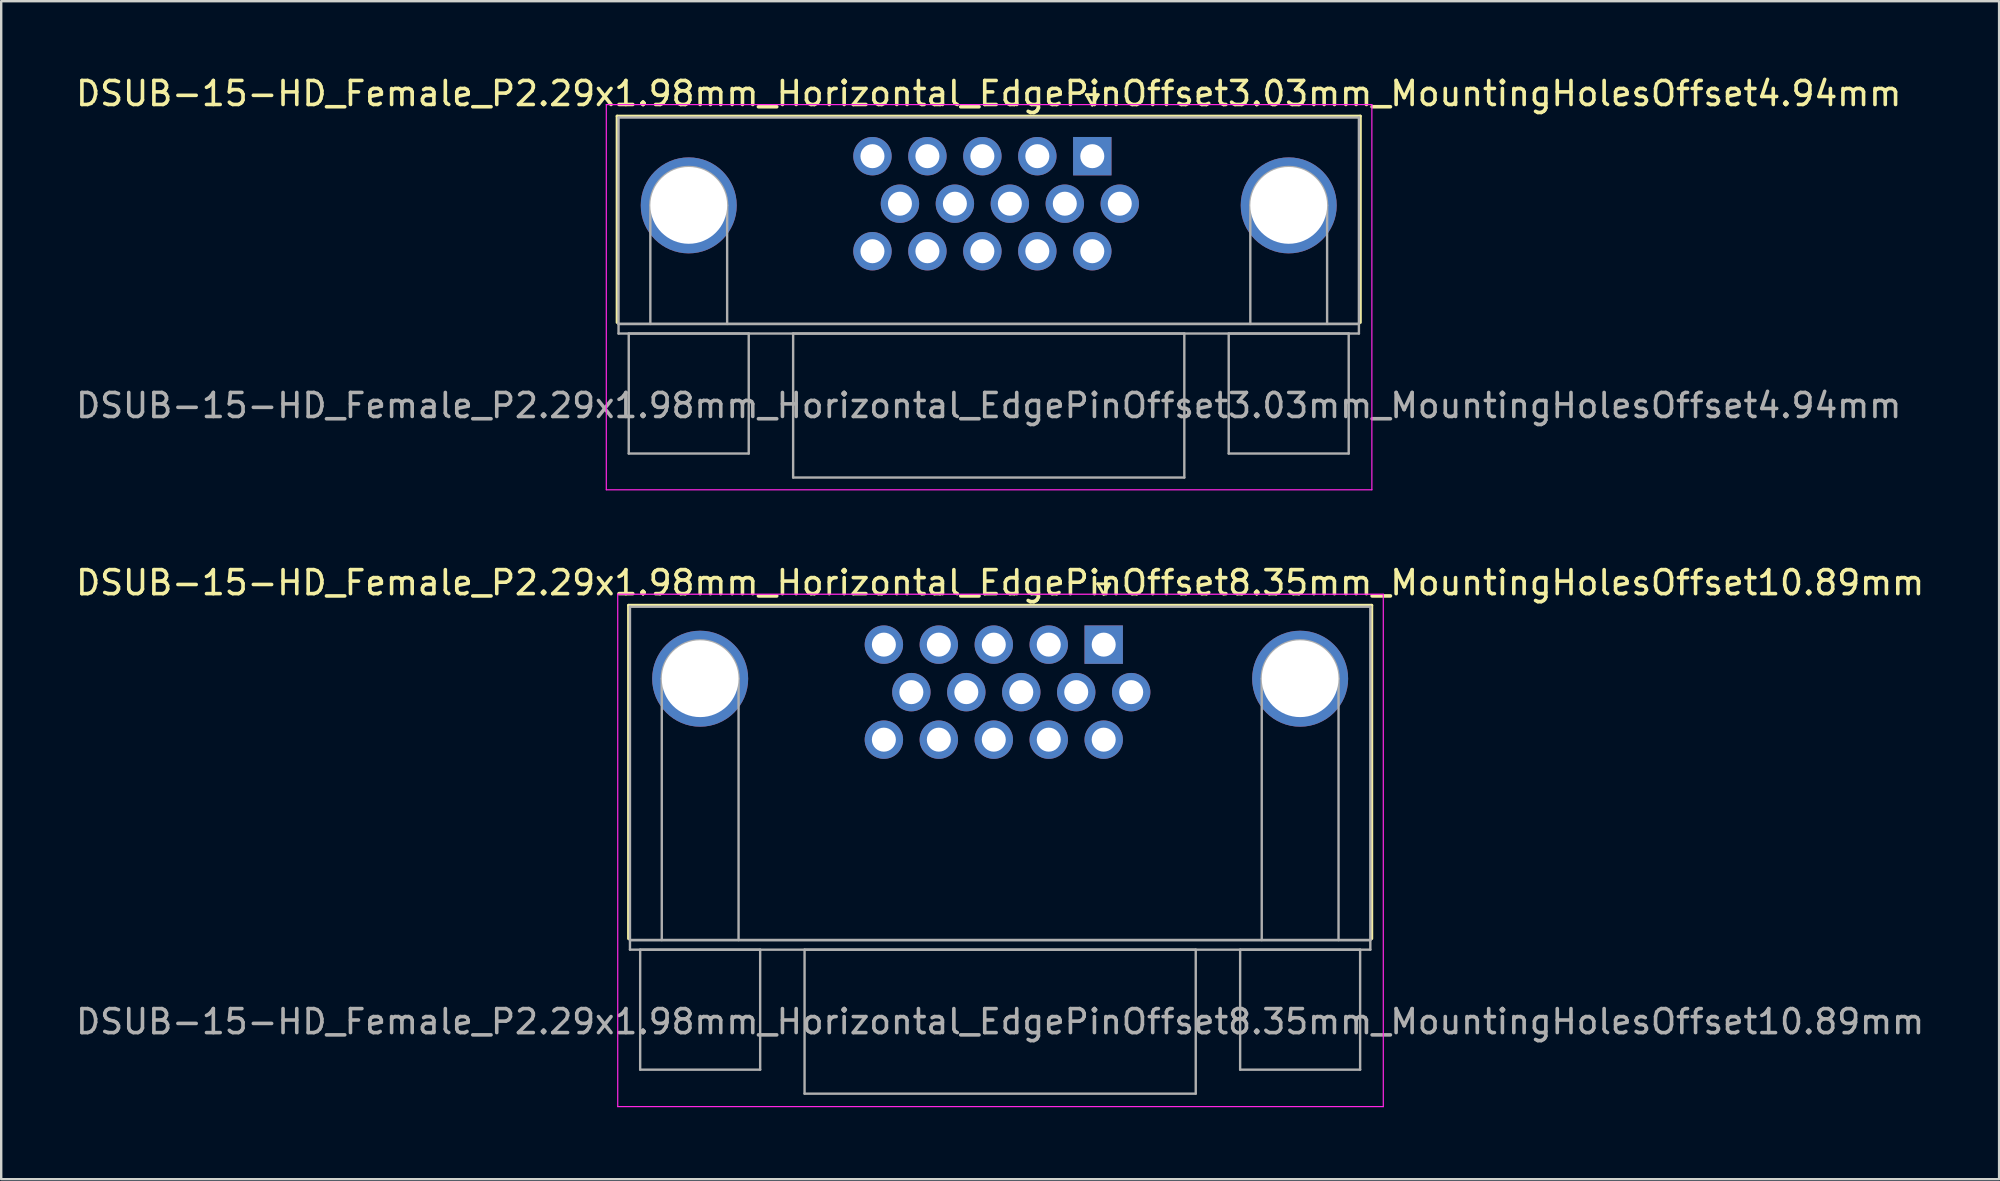
<source format=kicad_pcb>
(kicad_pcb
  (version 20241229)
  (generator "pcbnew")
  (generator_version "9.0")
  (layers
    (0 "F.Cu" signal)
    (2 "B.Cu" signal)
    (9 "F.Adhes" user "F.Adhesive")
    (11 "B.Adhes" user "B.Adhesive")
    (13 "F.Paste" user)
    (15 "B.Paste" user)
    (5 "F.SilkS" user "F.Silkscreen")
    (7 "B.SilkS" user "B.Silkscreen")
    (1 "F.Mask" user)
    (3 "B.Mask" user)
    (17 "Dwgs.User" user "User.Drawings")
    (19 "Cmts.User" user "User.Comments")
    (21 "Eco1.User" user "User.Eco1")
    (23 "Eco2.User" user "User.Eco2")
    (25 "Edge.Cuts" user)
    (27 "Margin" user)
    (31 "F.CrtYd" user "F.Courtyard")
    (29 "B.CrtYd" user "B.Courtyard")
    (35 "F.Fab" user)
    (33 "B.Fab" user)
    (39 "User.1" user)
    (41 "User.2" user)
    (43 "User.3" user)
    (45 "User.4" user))
  (footprint "DSUB-15-HD_Female_P2.29x1.98mm_Horizontal_EdgePinOffset8.35mm_MountingHolesOffset10.89mm"
    (layer "F.Cu")
    (at 42.94 23.811)
    (property "Reference" "DSUB-15-HD_Female_P2.29x1.98mm_Horizontal_EdgePinOffset8.35mm_MountingHolesOffset10.89mm" (at -4.315 -2.58 0) (layer "F.SilkS") (effects (font (size 1 1) (thickness 0.15))))
    (attr through_hole)
    (fp_line (start -19.8 -1.64) (end 11.17 -1.64) (stroke (width 0.12) (type solid)) (layer "F.SilkS"))
    (fp_line (start -19.8 12.25) (end -19.8 -1.64) (stroke (width 0.12) (type solid)) (layer "F.SilkS"))
    (fp_line (start -0.25 -2.534) (end 0.25 -2.534) (stroke (width 0.12) (type solid)) (layer "F.SilkS"))
    (fp_line (start 0 -2.101) (end -0.25 -2.534) (stroke (width 0.12) (type solid)) (layer "F.SilkS"))
    (fp_line (start 0.25 -2.534) (end 0 -2.101) (stroke (width 0.12) (type solid)) (layer "F.SilkS"))
    (fp_line (start 11.17 -1.64) (end 11.17 12.25) (stroke (width 0.12) (type solid)) (layer "F.SilkS"))
    (fp_line (start -20.25 -2.1) (end -20.25 19.25) (stroke (width 0.05) (type solid)) (layer "F.CrtYd"))
    (fp_line (start -20.25 19.25) (end 11.65 19.25) (stroke (width 0.05) (type solid)) (layer "F.CrtYd"))
    (fp_line (start 11.65 -2.1) (end -20.25 -2.1) (stroke (width 0.05) (type solid)) (layer "F.CrtYd"))
    (fp_line (start 11.65 19.25) (end 11.65 -2.1) (stroke (width 0.05) (type solid)) (layer "F.CrtYd"))
    (fp_line (start -19.74 -1.58) (end -19.74 12.31) (stroke (width 0.1) (type solid)) (layer "F.Fab"))
    (fp_line (start -19.74 12.31) (end -19.74 12.71) (stroke (width 0.1) (type solid)) (layer "F.Fab"))
    (fp_line (start -19.74 12.31) (end 11.11 12.31) (stroke (width 0.1) (type solid)) (layer "F.Fab"))
    (fp_line (start -19.74 12.71) (end 11.11 12.71) (stroke (width 0.1) (type solid)) (layer "F.Fab"))
    (fp_line (start -19.315 12.71) (end -19.315 17.71) (stroke (width 0.1) (type solid)) (layer "F.Fab"))
    (fp_line (start -19.315 17.71) (end -14.315 17.71) (stroke (width 0.1) (type solid)) (layer "F.Fab"))
    (fp_line (start -18.415 12.31) (end -18.415 1.42) (stroke (width 0.1) (type solid)) (layer "F.Fab"))
    (fp_line (start -15.215 12.31) (end -15.215 1.42) (stroke (width 0.1) (type solid)) (layer "F.Fab"))
    (fp_line (start -14.315 12.71) (end -19.315 12.71) (stroke (width 0.1) (type solid)) (layer "F.Fab"))
    (fp_line (start -14.315 17.71) (end -14.315 12.71) (stroke (width 0.1) (type solid)) (layer "F.Fab"))
    (fp_line (start -12.465 12.71) (end -12.465 18.71) (stroke (width 0.1) (type solid)) (layer "F.Fab"))
    (fp_line (start -12.465 18.71) (end 3.835 18.71) (stroke (width 0.1) (type solid)) (layer "F.Fab"))
    (fp_line (start 3.835 12.71) (end -12.465 12.71) (stroke (width 0.1) (type solid)) (layer "F.Fab"))
    (fp_line (start 3.835 18.71) (end 3.835 12.71) (stroke (width 0.1) (type solid)) (layer "F.Fab"))
    (fp_line (start 5.685 12.71) (end 5.685 17.71) (stroke (width 0.1) (type solid)) (layer "F.Fab"))
    (fp_line (start 5.685 17.71) (end 10.685 17.71) (stroke (width 0.1) (type solid)) (layer "F.Fab"))
    (fp_line (start 6.585 12.31) (end 6.585 1.42) (stroke (width 0.1) (type solid)) (layer "F.Fab"))
    (fp_line (start 9.785 12.31) (end 9.785 1.42) (stroke (width 0.1) (type solid)) (layer "F.Fab"))
    (fp_line (start 10.685 12.71) (end 5.685 12.71) (stroke (width 0.1) (type solid)) (layer "F.Fab"))
    (fp_line (start 10.685 17.71) (end 10.685 12.71) (stroke (width 0.1) (type solid)) (layer "F.Fab"))
    (fp_line (start 11.11 -1.58) (end -19.74 -1.58) (stroke (width 0.1) (type solid)) (layer "F.Fab"))
    (fp_line (start 11.11 12.31) (end -19.74 12.31) (stroke (width 0.1) (type solid)) (layer "F.Fab"))
    (fp_line (start 11.11 12.31) (end 11.11 -1.58) (stroke (width 0.1) (type solid)) (layer "F.Fab"))
    (fp_line (start 11.11 12.71) (end 11.11 12.31) (stroke (width 0.1) (type solid)) (layer "F.Fab"))
    (fp_arc (start -18.415 1.42) (mid -16.815 -0.18) (end -15.215 1.42) (stroke (width 0.1) (type solid)) (layer "F.Fab"))
    (fp_arc (start 6.585 1.42) (mid 8.185 -0.18) (end 9.785 1.42) (stroke (width 0.1) (type solid)) (layer "F.Fab"))
    (fp_text user "${REFERENCE}" (at -4.315 15.71 0) (layer "F.Fab") (effects (font (size 1 1) (thickness 0.15))))
    (pad "0" thru_hole circle (at -16.815 1.42) (size 4 4) (drill 3.2) (layers "*.Cu" "*.Mask"))
    (pad "0" thru_hole circle (at 8.185 1.42) (size 4 4) (drill 3.2) (layers "*.Cu" "*.Mask"))
    (pad "1" thru_hole rect (at 0 0) (size 1.6 1.6) (drill 1) (layers "*.Cu" "*.Mask"))
    (pad "2" thru_hole circle (at -2.29 0) (size 1.6 1.6) (drill 1) (layers "*.Cu" "*.Mask"))
    (pad "3" thru_hole circle (at -4.58 0) (size 1.6 1.6) (drill 1) (layers "*.Cu" "*.Mask"))
    (pad "4" thru_hole circle (at -6.87 0) (size 1.6 1.6) (drill 1) (layers "*.Cu" "*.Mask"))
    (pad "5" thru_hole circle (at -9.16 0) (size 1.6 1.6) (drill 1) (layers "*.Cu" "*.Mask"))
    (pad "6" thru_hole circle (at 1.145 1.98) (size 1.6 1.6) (drill 1) (layers "*.Cu" "*.Mask"))
    (pad "7" thru_hole circle (at -1.145 1.98) (size 1.6 1.6) (drill 1) (layers "*.Cu" "*.Mask"))
    (pad "8" thru_hole circle (at -3.435 1.98) (size 1.6 1.6) (drill 1) (layers "*.Cu" "*.Mask"))
    (pad "9" thru_hole circle (at -5.725 1.98) (size 1.6 1.6) (drill 1) (layers "*.Cu" "*.Mask"))
    (pad "10" thru_hole circle (at -8.015 1.98) (size 1.6 1.6) (drill 1) (layers "*.Cu" "*.Mask"))
    (pad "11" thru_hole circle (at 0 3.96) (size 1.6 1.6) (drill 1) (layers "*.Cu" "*.Mask"))
    (pad "12" thru_hole circle (at -2.29 3.96) (size 1.6 1.6) (drill 1) (layers "*.Cu" "*.Mask"))
    (pad "13" thru_hole circle (at -4.58 3.96) (size 1.6 1.6) (drill 1) (layers "*.Cu" "*.Mask"))
    (pad "14" thru_hole circle (at -6.87 3.96) (size 1.6 1.6) (drill 1) (layers "*.Cu" "*.Mask"))
    (pad "15" thru_hole circle (at -9.16 3.96) (size 1.6 1.6) (drill 1) (layers "*.Cu" "*.Mask")))
  (footprint "DSUB-15-HD_Female_P2.29x1.98mm_Horizontal_EdgePinOffset3.03mm_MountingHolesOffset4.94mm"
    (layer "F.Cu")
    (at 42.464 3.458)
    (property "Reference" "DSUB-15-HD_Female_P2.29x1.98mm_Horizontal_EdgePinOffset3.03mm_MountingHolesOffset4.94mm" (at -4.315 -2.61 0) (layer "F.SilkS") (effects (font (size 1 1) (thickness 0.15))))
    (attr through_hole)
    (fp_line (start -19.8 -1.67) (end 11.17 -1.67) (stroke (width 0.12) (type solid)) (layer "F.SilkS"))
    (fp_line (start -19.8 6.93) (end -19.8 -1.67) (stroke (width 0.12) (type solid)) (layer "F.SilkS"))
    (fp_line (start -0.25 -2.564) (end 0.25 -2.564) (stroke (width 0.12) (type solid)) (layer "F.SilkS"))
    (fp_line (start 0 -2.131) (end -0.25 -2.564) (stroke (width 0.12) (type solid)) (layer "F.SilkS"))
    (fp_line (start 0.25 -2.564) (end 0 -2.131) (stroke (width 0.12) (type solid)) (layer "F.SilkS"))
    (fp_line (start 11.17 -1.67) (end 11.17 6.93) (stroke (width 0.12) (type solid)) (layer "F.SilkS"))
    (fp_line (start -20.25 -2.15) (end -20.25 13.9) (stroke (width 0.05) (type solid)) (layer "F.CrtYd"))
    (fp_line (start -20.25 13.9) (end 11.65 13.9) (stroke (width 0.05) (type solid)) (layer "F.CrtYd"))
    (fp_line (start 11.65 -2.15) (end -20.25 -2.15) (stroke (width 0.05) (type solid)) (layer "F.CrtYd"))
    (fp_line (start 11.65 13.9) (end 11.65 -2.15) (stroke (width 0.05) (type solid)) (layer "F.CrtYd"))
    (fp_line (start -19.74 -1.61) (end -19.74 6.99) (stroke (width 0.1) (type solid)) (layer "F.Fab"))
    (fp_line (start -19.74 6.99) (end -19.74 7.39) (stroke (width 0.1) (type solid)) (layer "F.Fab"))
    (fp_line (start -19.74 6.99) (end 11.11 6.99) (stroke (width 0.1) (type solid)) (layer "F.Fab"))
    (fp_line (start -19.74 7.39) (end 11.11 7.39) (stroke (width 0.1) (type solid)) (layer "F.Fab"))
    (fp_line (start -19.315 7.39) (end -19.315 12.39) (stroke (width 0.1) (type solid)) (layer "F.Fab"))
    (fp_line (start -19.315 12.39) (end -14.315 12.39) (stroke (width 0.1) (type solid)) (layer "F.Fab"))
    (fp_line (start -18.415 6.99) (end -18.415 2.05) (stroke (width 0.1) (type solid)) (layer "F.Fab"))
    (fp_line (start -15.215 6.99) (end -15.215 2.05) (stroke (width 0.1) (type solid)) (layer "F.Fab"))
    (fp_line (start -14.315 7.39) (end -19.315 7.39) (stroke (width 0.1) (type solid)) (layer "F.Fab"))
    (fp_line (start -14.315 12.39) (end -14.315 7.39) (stroke (width 0.1) (type solid)) (layer "F.Fab"))
    (fp_line (start -12.465 7.39) (end -12.465 13.39) (stroke (width 0.1) (type solid)) (layer "F.Fab"))
    (fp_line (start -12.465 13.39) (end 3.835 13.39) (stroke (width 0.1) (type solid)) (layer "F.Fab"))
    (fp_line (start 3.835 7.39) (end -12.465 7.39) (stroke (width 0.1) (type solid)) (layer "F.Fab"))
    (fp_line (start 3.835 13.39) (end 3.835 7.39) (stroke (width 0.1) (type solid)) (layer "F.Fab"))
    (fp_line (start 5.685 7.39) (end 5.685 12.39) (stroke (width 0.1) (type solid)) (layer "F.Fab"))
    (fp_line (start 5.685 12.39) (end 10.685 12.39) (stroke (width 0.1) (type solid)) (layer "F.Fab"))
    (fp_line (start 6.585 6.99) (end 6.585 2.05) (stroke (width 0.1) (type solid)) (layer "F.Fab"))
    (fp_line (start 9.785 6.99) (end 9.785 2.05) (stroke (width 0.1) (type solid)) (layer "F.Fab"))
    (fp_line (start 10.685 7.39) (end 5.685 7.39) (stroke (width 0.1) (type solid)) (layer "F.Fab"))
    (fp_line (start 10.685 12.39) (end 10.685 7.39) (stroke (width 0.1) (type solid)) (layer "F.Fab"))
    (fp_line (start 11.11 -1.61) (end -19.74 -1.61) (stroke (width 0.1) (type solid)) (layer "F.Fab"))
    (fp_line (start 11.11 6.99) (end -19.74 6.99) (stroke (width 0.1) (type solid)) (layer "F.Fab"))
    (fp_line (start 11.11 6.99) (end 11.11 -1.61) (stroke (width 0.1) (type solid)) (layer "F.Fab"))
    (fp_line (start 11.11 7.39) (end 11.11 6.99) (stroke (width 0.1) (type solid)) (layer "F.Fab"))
    (fp_arc (start -18.415 2.05) (mid -16.815 0.45) (end -15.215 2.05) (stroke (width 0.1) (type solid)) (layer "F.Fab"))
    (fp_arc (start 6.585 2.05) (mid 8.185 0.45) (end 9.785 2.05) (stroke (width 0.1) (type solid)) (layer "F.Fab"))
    (fp_text user "${REFERENCE}" (at -4.315 10.39 0) (layer "F.Fab") (effects (font (size 1 1) (thickness 0.15))))
    (pad "0" thru_hole circle (at -16.815 2.05) (size 4 4) (drill 3.2) (layers "*.Cu" "*.Mask"))
    (pad "0" thru_hole circle (at 8.185 2.05) (size 4 4) (drill 3.2) (layers "*.Cu" "*.Mask"))
    (pad "1" thru_hole rect (at 0 0) (size 1.6 1.6) (drill 1) (layers "*.Cu" "*.Mask"))
    (pad "2" thru_hole circle (at -2.29 0) (size 1.6 1.6) (drill 1) (layers "*.Cu" "*.Mask"))
    (pad "3" thru_hole circle (at -4.58 0) (size 1.6 1.6) (drill 1) (layers "*.Cu" "*.Mask"))
    (pad "4" thru_hole circle (at -6.87 0) (size 1.6 1.6) (drill 1) (layers "*.Cu" "*.Mask"))
    (pad "5" thru_hole circle (at -9.16 0) (size 1.6 1.6) (drill 1) (layers "*.Cu" "*.Mask"))
    (pad "6" thru_hole circle (at 1.145 1.98) (size 1.6 1.6) (drill 1) (layers "*.Cu" "*.Mask"))
    (pad "7" thru_hole circle (at -1.145 1.98) (size 1.6 1.6) (drill 1) (layers "*.Cu" "*.Mask"))
    (pad "8" thru_hole circle (at -3.435 1.98) (size 1.6 1.6) (drill 1) (layers "*.Cu" "*.Mask"))
    (pad "9" thru_hole circle (at -5.725 1.98) (size 1.6 1.6) (drill 1) (layers "*.Cu" "*.Mask"))
    (pad "10" thru_hole circle (at -8.015 1.98) (size 1.6 1.6) (drill 1) (layers "*.Cu" "*.Mask"))
    (pad "11" thru_hole circle (at 0 3.96) (size 1.6 1.6) (drill 1) (layers "*.Cu" "*.Mask"))
    (pad "12" thru_hole circle (at -2.29 3.96) (size 1.6 1.6) (drill 1) (layers "*.Cu" "*.Mask"))
    (pad "13" thru_hole circle (at -4.58 3.96) (size 1.6 1.6) (drill 1) (layers "*.Cu" "*.Mask"))
    (pad "14" thru_hole circle (at -6.87 3.96) (size 1.6 1.6) (drill 1) (layers "*.Cu" "*.Mask"))
    (pad "15" thru_hole circle (at -9.16 3.96) (size 1.6 1.6) (drill 1) (layers "*.Cu" "*.Mask")))
  (gr_rect
    (start -3 -3)
    (end 80.25 46.087)
    (stroke (width 0.1) (type default))
    (fill no)
    (layer "Edge.Cuts")))
</source>
